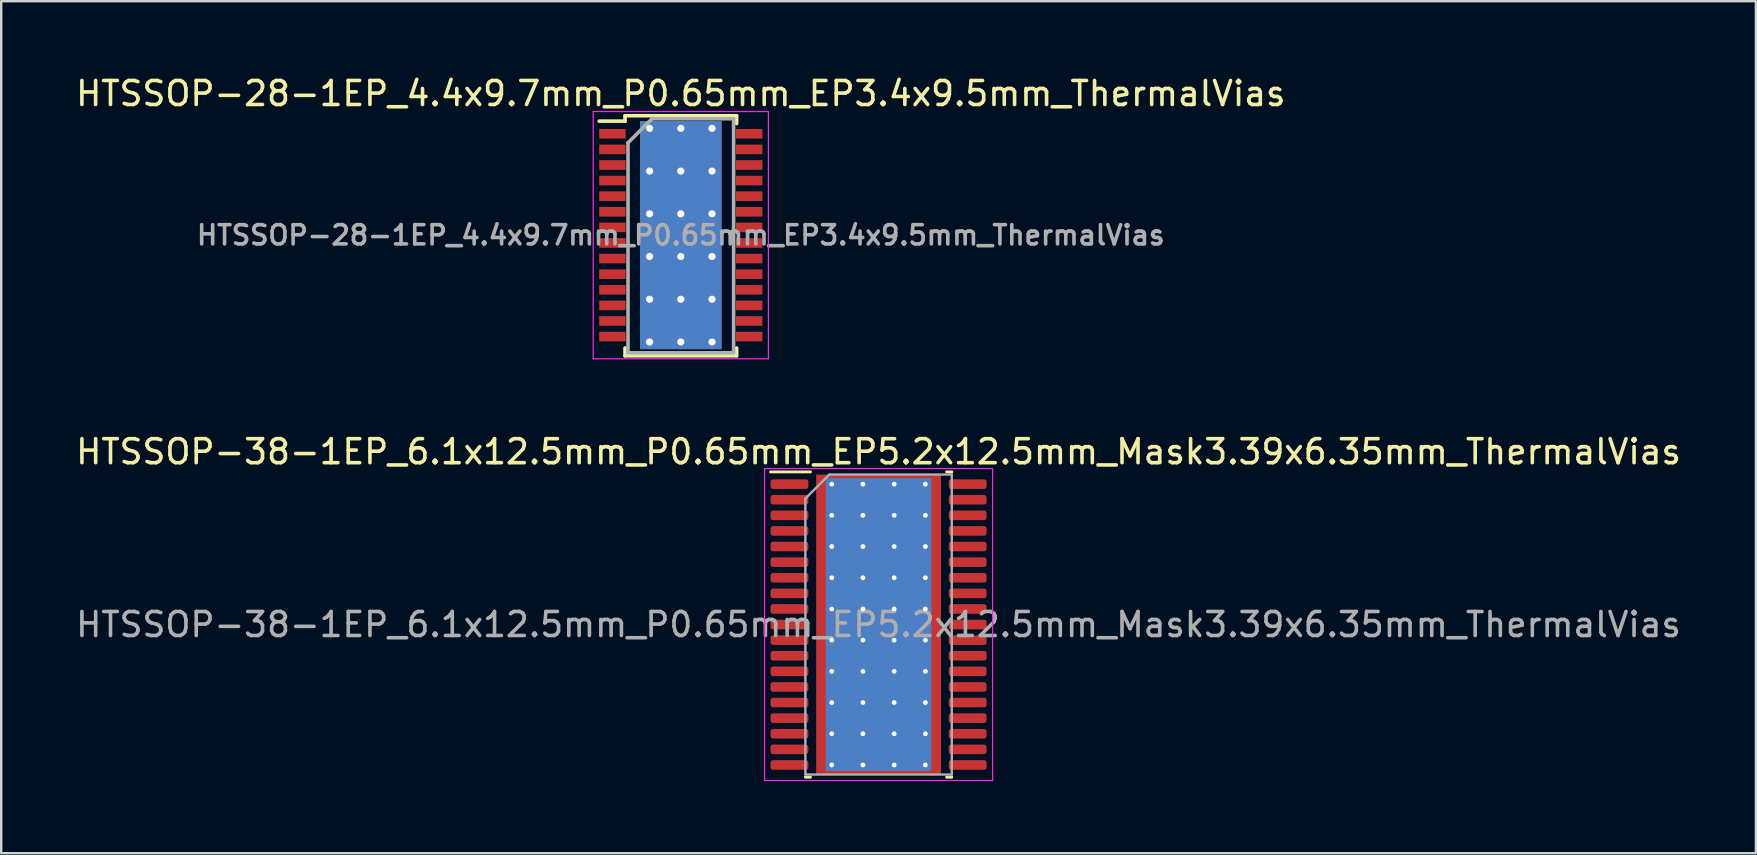
<source format=kicad_pcb>
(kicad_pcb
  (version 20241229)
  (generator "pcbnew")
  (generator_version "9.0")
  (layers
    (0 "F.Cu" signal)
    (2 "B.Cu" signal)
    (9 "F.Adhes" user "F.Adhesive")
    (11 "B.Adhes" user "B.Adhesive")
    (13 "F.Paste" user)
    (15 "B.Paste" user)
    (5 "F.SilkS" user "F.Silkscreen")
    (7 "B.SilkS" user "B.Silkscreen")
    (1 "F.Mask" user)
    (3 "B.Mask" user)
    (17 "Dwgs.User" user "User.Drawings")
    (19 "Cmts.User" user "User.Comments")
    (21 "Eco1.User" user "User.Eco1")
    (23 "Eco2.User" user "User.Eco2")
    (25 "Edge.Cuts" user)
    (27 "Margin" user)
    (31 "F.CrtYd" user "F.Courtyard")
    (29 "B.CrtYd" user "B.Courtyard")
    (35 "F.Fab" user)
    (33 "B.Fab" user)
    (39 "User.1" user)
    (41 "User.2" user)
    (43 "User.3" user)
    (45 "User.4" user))
  (footprint "HTSSOP-28-1EP_4.4x9.7mm_P0.65mm_EP3.4x9.5mm_ThermalVias"
    (layer "F.Cu")
    (at 25.315 6.748)
    (property "Reference" "HTSSOP-28-1EP_4.4x9.7mm_P0.65mm_EP3.4x9.5mm_ThermalVias" (at 0 -5.9 0) (layer "F.SilkS") (effects (font (size 1 1) (thickness 0.15))))
    (attr smd)
    (fp_line (start -2.325 -4.975) (end -2.325 -4.75) (stroke (width 0.15) (type solid)) (layer "F.SilkS"))
    (fp_line (start -2.325 -4.975) (end 2.325 -4.975) (stroke (width 0.15) (type solid)) (layer "F.SilkS"))
    (fp_line (start -2.325 -4.75) (end -3.4 -4.75) (stroke (width 0.15) (type solid)) (layer "F.SilkS"))
    (fp_line (start -2.325 5.026) (end -2.325 4.701) (stroke (width 0.15) (type solid)) (layer "F.SilkS"))
    (fp_line (start -2.325 5.026) (end 2.325 5.026) (stroke (width 0.15) (type solid)) (layer "F.SilkS"))
    (fp_line (start 2.325 -4.975) (end 2.325 -4.65) (stroke (width 0.15) (type solid)) (layer "F.SilkS"))
    (fp_line (start 2.325 5.026) (end 2.325 4.701) (stroke (width 0.15) (type solid)) (layer "F.SilkS"))
    (fp_line (start -3.65 -5.15) (end -3.65 5.15) (stroke (width 0.05) (type solid)) (layer "F.CrtYd"))
    (fp_line (start -3.65 -5.15) (end 3.65 -5.15) (stroke (width 0.05) (type solid)) (layer "F.CrtYd"))
    (fp_line (start -3.65 5.15) (end 3.65 5.15) (stroke (width 0.05) (type solid)) (layer "F.CrtYd"))
    (fp_line (start 3.65 -5.15) (end 3.65 5.15) (stroke (width 0.05) (type solid)) (layer "F.CrtYd"))
    (fp_line (start -2.2 -3.85) (end -1.2 -4.85) (stroke (width 0.15) (type solid)) (layer "F.Fab"))
    (fp_line (start -2.2 4.85) (end -2.2 -3.85) (stroke (width 0.15) (type solid)) (layer "F.Fab"))
    (fp_line (start -1.2 -4.85) (end 2.2 -4.85) (stroke (width 0.15) (type solid)) (layer "F.Fab"))
    (fp_line (start 2.2 -4.85) (end 2.2 4.85) (stroke (width 0.15) (type solid)) (layer "F.Fab"))
    (fp_line (start 2.2 4.901) (end -2.2 4.901) (stroke (width 0.15) (type solid)) (layer "F.Fab"))
    (fp_text user "${REFERENCE}" (at 0 0 0) (layer "F.Fab") (effects (font (size 0.8 0.8) (thickness 0.15))))
    (pad "" smd rect (at -0.85 -3.56) (size 1.4 1.4) (layers "F.Paste"))
    (pad "" smd rect (at -0.85 -1.78) (size 1.4 1.4) (layers "F.Paste"))
    (pad "" smd rect (at -0.85 0) (size 1.4 1.4) (layers "F.Paste"))
    (pad "" smd rect (at -0.85 1.78) (size 1.4 1.4) (layers "F.Paste"))
    (pad "" smd rect (at -0.85 3.56) (size 1.4 1.4) (layers "F.Paste"))
    (pad "" smd rect (at 0.85 -3.56) (size 1.4 1.4) (layers "F.Paste"))
    (pad "" smd rect (at 0.85 -1.78) (size 1.4 1.4) (layers "F.Paste"))
    (pad "" smd rect (at 0.85 0) (size 1.4 1.4) (layers "F.Paste"))
    (pad "" smd rect (at 0.85 1.78) (size 1.4 1.4) (layers "F.Paste"))
    (pad "" smd rect (at 0.85 3.56) (size 1.4 1.4) (layers "F.Paste"))
    (pad "1" smd rect (at -2.85 -4.225) (size 1.1 0.4) (layers "F.Cu" "F.Mask" "F.Paste"))
    (pad "2" smd rect (at -2.85 -3.575) (size 1.1 0.4) (layers "F.Cu" "F.Mask" "F.Paste"))
    (pad "3" smd rect (at -2.85 -2.925) (size 1.1 0.4) (layers "F.Cu" "F.Mask" "F.Paste"))
    (pad "4" smd rect (at -2.85 -2.275) (size 1.1 0.4) (layers "F.Cu" "F.Mask" "F.Paste"))
    (pad "5" smd rect (at -2.85 -1.625) (size 1.1 0.4) (layers "F.Cu" "F.Mask" "F.Paste"))
    (pad "6" smd rect (at -2.85 -0.975) (size 1.1 0.4) (layers "F.Cu" "F.Mask" "F.Paste"))
    (pad "7" smd rect (at -2.85 -0.325) (size 1.1 0.4) (layers "F.Cu" "F.Mask" "F.Paste"))
    (pad "8" smd rect (at -2.85 0.325) (size 1.1 0.4) (layers "F.Cu" "F.Mask" "F.Paste"))
    (pad "9" smd rect (at -2.85 0.975) (size 1.1 0.4) (layers "F.Cu" "F.Mask" "F.Paste"))
    (pad "10" smd rect (at -2.85 1.625) (size 1.1 0.4) (layers "F.Cu" "F.Mask" "F.Paste"))
    (pad "11" smd rect (at -2.85 2.275) (size 1.1 0.4) (layers "F.Cu" "F.Mask" "F.Paste"))
    (pad "12" smd rect (at -2.85 2.925) (size 1.1 0.4) (layers "F.Cu" "F.Mask" "F.Paste"))
    (pad "13" smd rect (at -2.85 3.575) (size 1.1 0.4) (layers "F.Cu" "F.Mask" "F.Paste"))
    (pad "14" smd rect (at -2.85 4.225) (size 1.1 0.4) (layers "F.Cu" "F.Mask" "F.Paste"))
    (pad "15" smd rect (at 2.85 4.225) (size 1.1 0.4) (layers "F.Cu" "F.Mask" "F.Paste"))
    (pad "16" smd rect (at 2.85 3.575) (size 1.1 0.4) (layers "F.Cu" "F.Mask" "F.Paste"))
    (pad "17" smd rect (at 2.85 2.925) (size 1.1 0.4) (layers "F.Cu" "F.Mask" "F.Paste"))
    (pad "18" smd rect (at 2.85 2.275) (size 1.1 0.4) (layers "F.Cu" "F.Mask" "F.Paste"))
    (pad "19" smd rect (at 2.85 1.625) (size 1.1 0.4) (layers "F.Cu" "F.Mask" "F.Paste"))
    (pad "20" smd rect (at 2.85 0.975) (size 1.1 0.4) (layers "F.Cu" "F.Mask" "F.Paste"))
    (pad "21" smd rect (at 2.85 0.325) (size 1.1 0.4) (layers "F.Cu" "F.Mask" "F.Paste"))
    (pad "22" smd rect (at 2.85 -0.325) (size 1.1 0.4) (layers "F.Cu" "F.Mask" "F.Paste"))
    (pad "23" smd rect (at 2.85 -0.975) (size 1.1 0.4) (layers "F.Cu" "F.Mask" "F.Paste"))
    (pad "24" smd rect (at 2.85 -1.625) (size 1.1 0.4) (layers "F.Cu" "F.Mask" "F.Paste"))
    (pad "25" smd rect (at 2.85 -2.275) (size 1.1 0.4) (layers "F.Cu" "F.Mask" "F.Paste"))
    (pad "26" smd rect (at 2.85 -2.925) (size 1.1 0.4) (layers "F.Cu" "F.Mask" "F.Paste"))
    (pad "27" smd rect (at 2.85 -3.575) (size 1.1 0.4) (layers "F.Cu" "F.Mask" "F.Paste"))
    (pad "28" smd rect (at 2.85 -4.225) (size 1.1 0.4) (layers "F.Cu" "F.Mask" "F.Paste"))
    (pad "29" thru_hole circle (at -1.3 -4.45) (size 0.6 0.6) (drill 0.3) (layers "*.Cu"))
    (pad "29" thru_hole circle (at -1.3 -2.67) (size 0.6 0.6) (drill 0.3) (layers "*.Cu"))
    (pad "29" thru_hole circle (at -1.3 -0.89) (size 0.6 0.6) (drill 0.3) (layers "*.Cu"))
    (pad "29" thru_hole circle (at -1.3 0.89) (size 0.6 0.6) (drill 0.3) (layers "*.Cu"))
    (pad "29" thru_hole circle (at -1.3 2.67) (size 0.6 0.6) (drill 0.3) (layers "*.Cu"))
    (pad "29" thru_hole circle (at -1.3 4.45) (size 0.6 0.6) (drill 0.3) (layers "*.Cu"))
    (pad "29" thru_hole circle (at 0 -4.45) (size 0.6 0.6) (drill 0.3) (layers "*.Cu"))
    (pad "29" thru_hole circle (at 0 -2.67) (size 0.6 0.6) (drill 0.3) (layers "*.Cu"))
    (pad "29" thru_hole circle (at 0 -0.89) (size 0.6 0.6) (drill 0.3) (layers "*.Cu"))
    (pad "29" smd rect (at 0 0) (size 3.4 9.5) (layers "F.Cu" "F.Mask"))
    (pad "29" smd rect (at 0 0) (size 3.4 9.5) (layers "B.Cu"))
    (pad "29" thru_hole circle (at 0 0.89) (size 0.6 0.6) (drill 0.3) (layers "*.Cu"))
    (pad "29" thru_hole circle (at 0 2.67) (size 0.6 0.6) (drill 0.3) (layers "*.Cu"))
    (pad "29" thru_hole circle (at 0 4.45) (size 0.6 0.6) (drill 0.3) (layers "*.Cu"))
    (pad "29" thru_hole circle (at 1.3 -4.45) (size 0.6 0.6) (drill 0.3) (layers "*.Cu"))
    (pad "29" thru_hole circle (at 1.3 -2.67) (size 0.6 0.6) (drill 0.3) (layers "*.Cu"))
    (pad "29" thru_hole circle (at 1.3 -0.89) (size 0.6 0.6) (drill 0.3) (layers "*.Cu"))
    (pad "29" thru_hole circle (at 1.3 0.89) (size 0.6 0.6) (drill 0.3) (layers "*.Cu"))
    (pad "29" thru_hole circle (at 1.3 2.67) (size 0.6 0.6) (drill 0.3) (layers "*.Cu"))
    (pad "29" thru_hole circle (at 1.3 4.45) (size 0.6 0.6) (drill 0.3) (layers "*.Cu")))
  (footprint "HTSSOP-38-1EP_6.1x12.5mm_P0.65mm_EP5.2x12.5mm_Mask3.39x6.35mm_ThermalVias"
    (layer "F.Cu")
    (at 33.554 22.971)
    (property "Reference" "HTSSOP-38-1EP_6.1x12.5mm_P0.65mm_EP5.2x12.5mm_Mask3.39x6.35mm_ThermalVias" (at 0 -7.2 0) (layer "F.SilkS") (effects (font (size 1 1) (thickness 0.15))))
    (attr smd)
    (fp_line (start -2.836 -6.36) (end -4.5 -6.36) (stroke (width 0.12) (type solid)) (layer "F.SilkS"))
    (fp_line (start -2.836 6.36) (end -3.05 6.36) (stroke (width 0.12) (type solid)) (layer "F.SilkS"))
    (fp_line (start 2.836 -6.36) (end 3.05 -6.36) (stroke (width 0.12) (type solid)) (layer "F.SilkS"))
    (fp_line (start 2.836 6.36) (end 3.05 6.36) (stroke (width 0.12) (type solid)) (layer "F.SilkS"))
    (fp_line (start -4.75 -6.5) (end -4.75 6.5) (stroke (width 0.05) (type solid)) (layer "F.CrtYd"))
    (fp_line (start -4.75 6.5) (end 4.75 6.5) (stroke (width 0.05) (type solid)) (layer "F.CrtYd"))
    (fp_line (start 4.75 -6.5) (end -4.75 -6.5) (stroke (width 0.05) (type solid)) (layer "F.CrtYd"))
    (fp_line (start 4.75 6.5) (end 4.75 -6.5) (stroke (width 0.05) (type solid)) (layer "F.CrtYd"))
    (fp_line (start -3.05 -5.25) (end -2.05 -6.25) (stroke (width 0.1) (type solid)) (layer "F.Fab"))
    (fp_line (start -3.05 6.25) (end -3.05 -5.25) (stroke (width 0.1) (type solid)) (layer "F.Fab"))
    (fp_line (start -2.05 -6.25) (end 3.05 -6.25) (stroke (width 0.1) (type solid)) (layer "F.Fab"))
    (fp_line (start 3.05 -6.25) (end 3.05 6.25) (stroke (width 0.1) (type solid)) (layer "F.Fab"))
    (fp_line (start 3.05 6.25) (end -3.05 6.25) (stroke (width 0.1) (type solid)) (layer "F.Fab"))
    (fp_text user "${REFERENCE}" (at 0 0 0) (layer "F.Fab") (effects (font (size 1 1) (thickness 0.15))))
    (pad "" smd roundrect (at -0.85 -2.12) (size 1.37 1.71) (layers "F.Paste") (roundrect_rratio 0.182))
    (pad "" smd roundrect (at -0.85 0) (size 1.37 1.71) (layers "F.Paste") (roundrect_rratio 0.182))
    (pad "" smd roundrect (at -0.85 2.12) (size 1.37 1.71) (layers "F.Paste") (roundrect_rratio 0.182))
    (pad "" smd rect (at 0 0) (size 3.39 6.35) (layers "F.Mask"))
    (pad "" smd roundrect (at 0.85 -2.12) (size 1.37 1.71) (layers "F.Paste") (roundrect_rratio 0.182))
    (pad "" smd roundrect (at 0.85 0) (size 1.37 1.71) (layers "F.Paste") (roundrect_rratio 0.182))
    (pad "" smd roundrect (at 0.85 2.12) (size 1.37 1.71) (layers "F.Paste") (roundrect_rratio 0.182))
    (pad "1" smd roundrect (at -3.712 -5.85) (size 1.575 0.4) (layers "F.Cu" "F.Mask" "F.Paste") (roundrect_rratio 0.25))
    (pad "2" smd roundrect (at -3.712 -5.2) (size 1.575 0.4) (layers "F.Cu" "F.Mask" "F.Paste") (roundrect_rratio 0.25))
    (pad "3" smd roundrect (at -3.712 -4.55) (size 1.575 0.4) (layers "F.Cu" "F.Mask" "F.Paste") (roundrect_rratio 0.25))
    (pad "4" smd roundrect (at -3.712 -3.9) (size 1.575 0.4) (layers "F.Cu" "F.Mask" "F.Paste") (roundrect_rratio 0.25))
    (pad "5" smd roundrect (at -3.712 -3.25) (size 1.575 0.4) (layers "F.Cu" "F.Mask" "F.Paste") (roundrect_rratio 0.25))
    (pad "6" smd roundrect (at -3.712 -2.6) (size 1.575 0.4) (layers "F.Cu" "F.Mask" "F.Paste") (roundrect_rratio 0.25))
    (pad "7" smd roundrect (at -3.712 -1.95) (size 1.575 0.4) (layers "F.Cu" "F.Mask" "F.Paste") (roundrect_rratio 0.25))
    (pad "8" smd roundrect (at -3.712 -1.3) (size 1.575 0.4) (layers "F.Cu" "F.Mask" "F.Paste") (roundrect_rratio 0.25))
    (pad "9" smd roundrect (at -3.712 -0.65) (size 1.575 0.4) (layers "F.Cu" "F.Mask" "F.Paste") (roundrect_rratio 0.25))
    (pad "10" smd roundrect (at -3.712 0) (size 1.575 0.4) (layers "F.Cu" "F.Mask" "F.Paste") (roundrect_rratio 0.25))
    (pad "11" smd roundrect (at -3.712 0.65) (size 1.575 0.4) (layers "F.Cu" "F.Mask" "F.Paste") (roundrect_rratio 0.25))
    (pad "12" smd roundrect (at -3.712 1.3) (size 1.575 0.4) (layers "F.Cu" "F.Mask" "F.Paste") (roundrect_rratio 0.25))
    (pad "13" smd roundrect (at -3.712 1.95) (size 1.575 0.4) (layers "F.Cu" "F.Mask" "F.Paste") (roundrect_rratio 0.25))
    (pad "14" smd roundrect (at -3.712 2.6) (size 1.575 0.4) (layers "F.Cu" "F.Mask" "F.Paste") (roundrect_rratio 0.25))
    (pad "15" smd roundrect (at -3.712 3.25) (size 1.575 0.4) (layers "F.Cu" "F.Mask" "F.Paste") (roundrect_rratio 0.25))
    (pad "16" smd roundrect (at -3.712 3.9) (size 1.575 0.4) (layers "F.Cu" "F.Mask" "F.Paste") (roundrect_rratio 0.25))
    (pad "17" smd roundrect (at -3.712 4.55) (size 1.575 0.4) (layers "F.Cu" "F.Mask" "F.Paste") (roundrect_rratio 0.25))
    (pad "18" smd roundrect (at -3.712 5.2) (size 1.575 0.4) (layers "F.Cu" "F.Mask" "F.Paste") (roundrect_rratio 0.25))
    (pad "19" smd roundrect (at -3.712 5.85) (size 1.575 0.4) (layers "F.Cu" "F.Mask" "F.Paste") (roundrect_rratio 0.25))
    (pad "20" smd roundrect (at 3.712 5.85) (size 1.575 0.4) (layers "F.Cu" "F.Mask" "F.Paste") (roundrect_rratio 0.25))
    (pad "21" smd roundrect (at 3.712 5.2) (size 1.575 0.4) (layers "F.Cu" "F.Mask" "F.Paste") (roundrect_rratio 0.25))
    (pad "22" smd roundrect (at 3.712 4.55) (size 1.575 0.4) (layers "F.Cu" "F.Mask" "F.Paste") (roundrect_rratio 0.25))
    (pad "23" smd roundrect (at 3.712 3.9) (size 1.575 0.4) (layers "F.Cu" "F.Mask" "F.Paste") (roundrect_rratio 0.25))
    (pad "24" smd roundrect (at 3.712 3.25) (size 1.575 0.4) (layers "F.Cu" "F.Mask" "F.Paste") (roundrect_rratio 0.25))
    (pad "25" smd roundrect (at 3.712 2.6) (size 1.575 0.4) (layers "F.Cu" "F.Mask" "F.Paste") (roundrect_rratio 0.25))
    (pad "26" smd roundrect (at 3.712 1.95) (size 1.575 0.4) (layers "F.Cu" "F.Mask" "F.Paste") (roundrect_rratio 0.25))
    (pad "27" smd roundrect (at 3.712 1.3) (size 1.575 0.4) (layers "F.Cu" "F.Mask" "F.Paste") (roundrect_rratio 0.25))
    (pad "28" smd roundrect (at 3.712 0.65) (size 1.575 0.4) (layers "F.Cu" "F.Mask" "F.Paste") (roundrect_rratio 0.25))
    (pad "29" smd roundrect (at 3.712 0) (size 1.575 0.4) (layers "F.Cu" "F.Mask" "F.Paste") (roundrect_rratio 0.25))
    (pad "30" smd roundrect (at 3.712 -0.65) (size 1.575 0.4) (layers "F.Cu" "F.Mask" "F.Paste") (roundrect_rratio 0.25))
    (pad "31" smd roundrect (at 3.712 -1.3) (size 1.575 0.4) (layers "F.Cu" "F.Mask" "F.Paste") (roundrect_rratio 0.25))
    (pad "32" smd roundrect (at 3.712 -1.95) (size 1.575 0.4) (layers "F.Cu" "F.Mask" "F.Paste") (roundrect_rratio 0.25))
    (pad "33" smd roundrect (at 3.712 -2.6) (size 1.575 0.4) (layers "F.Cu" "F.Mask" "F.Paste") (roundrect_rratio 0.25))
    (pad "34" smd roundrect (at 3.712 -3.25) (size 1.575 0.4) (layers "F.Cu" "F.Mask" "F.Paste") (roundrect_rratio 0.25))
    (pad "35" smd roundrect (at 3.712 -3.9) (size 1.575 0.4) (layers "F.Cu" "F.Mask" "F.Paste") (roundrect_rratio 0.25))
    (pad "36" smd roundrect (at 3.712 -4.55) (size 1.575 0.4) (layers "F.Cu" "F.Mask" "F.Paste") (roundrect_rratio 0.25))
    (pad "37" smd roundrect (at 3.712 -5.2) (size 1.575 0.4) (layers "F.Cu" "F.Mask" "F.Paste") (roundrect_rratio 0.25))
    (pad "38" smd roundrect (at 3.712 -5.85) (size 1.575 0.4) (layers "F.Cu" "F.Mask" "F.Paste") (roundrect_rratio 0.25))
    (pad "39" thru_hole circle (at -1.95 -5.85) (size 0.5 0.5) (drill 0.2) (layers "*.Cu"))
    (pad "39" thru_hole circle (at -1.95 -4.55) (size 0.5 0.5) (drill 0.2) (layers "*.Cu"))
    (pad "39" thru_hole circle (at -1.95 -3.25) (size 0.5 0.5) (drill 0.2) (layers "*.Cu"))
    (pad "39" thru_hole circle (at -1.95 -1.95) (size 0.5 0.5) (drill 0.2) (layers "*.Cu"))
    (pad "39" thru_hole circle (at -1.95 -0.65) (size 0.5 0.5) (drill 0.2) (layers "*.Cu"))
    (pad "39" thru_hole circle (at -1.95 0.65) (size 0.5 0.5) (drill 0.2) (layers "*.Cu"))
    (pad "39" thru_hole circle (at -1.95 1.95) (size 0.5 0.5) (drill 0.2) (layers "*.Cu"))
    (pad "39" thru_hole circle (at -1.95 3.25) (size 0.5 0.5) (drill 0.2) (layers "*.Cu"))
    (pad "39" thru_hole circle (at -1.95 4.55) (size 0.5 0.5) (drill 0.2) (layers "*.Cu"))
    (pad "39" thru_hole circle (at -1.95 5.85) (size 0.5 0.5) (drill 0.2) (layers "*.Cu"))
    (pad "39" thru_hole circle (at -0.65 -5.85) (size 0.5 0.5) (drill 0.2) (layers "*.Cu"))
    (pad "39" thru_hole circle (at -0.65 -4.55) (size 0.5 0.5) (drill 0.2) (layers "*.Cu"))
    (pad "39" thru_hole circle (at -0.65 -3.25) (size 0.5 0.5) (drill 0.2) (layers "*.Cu"))
    (pad "39" thru_hole circle (at -0.65 -1.95) (size 0.5 0.5) (drill 0.2) (layers "*.Cu"))
    (pad "39" thru_hole circle (at -0.65 -0.65) (size 0.5 0.5) (drill 0.2) (layers "*.Cu"))
    (pad "39" thru_hole circle (at -0.65 0.65) (size 0.5 0.5) (drill 0.2) (layers "*.Cu"))
    (pad "39" thru_hole circle (at -0.65 1.95) (size 0.5 0.5) (drill 0.2) (layers "*.Cu"))
    (pad "39" thru_hole circle (at -0.65 3.25) (size 0.5 0.5) (drill 0.2) (layers "*.Cu"))
    (pad "39" thru_hole circle (at -0.65 4.55) (size 0.5 0.5) (drill 0.2) (layers "*.Cu"))
    (pad "39" thru_hole circle (at -0.65 5.85) (size 0.5 0.5) (drill 0.2) (layers "*.Cu"))
    (pad "39" smd rect (at 0 0) (size 4.4 12.2) (layers "B.Cu"))
    (pad "39" smd rect (at 0 0) (size 5.2 12.5) (layers "F.Cu"))
    (pad "39" thru_hole circle (at 0.65 -5.85) (size 0.5 0.5) (drill 0.2) (layers "*.Cu"))
    (pad "39" thru_hole circle (at 0.65 -4.55) (size 0.5 0.5) (drill 0.2) (layers "*.Cu"))
    (pad "39" thru_hole circle (at 0.65 -3.25) (size 0.5 0.5) (drill 0.2) (layers "*.Cu"))
    (pad "39" thru_hole circle (at 0.65 -1.95) (size 0.5 0.5) (drill 0.2) (layers "*.Cu"))
    (pad "39" thru_hole circle (at 0.65 -0.65) (size 0.5 0.5) (drill 0.2) (layers "*.Cu"))
    (pad "39" thru_hole circle (at 0.65 0.65) (size 0.5 0.5) (drill 0.2) (layers "*.Cu"))
    (pad "39" thru_hole circle (at 0.65 1.95) (size 0.5 0.5) (drill 0.2) (layers "*.Cu"))
    (pad "39" thru_hole circle (at 0.65 3.25) (size 0.5 0.5) (drill 0.2) (layers "*.Cu"))
    (pad "39" thru_hole circle (at 0.65 4.55) (size 0.5 0.5) (drill 0.2) (layers "*.Cu"))
    (pad "39" thru_hole circle (at 0.65 5.85) (size 0.5 0.5) (drill 0.2) (layers "*.Cu"))
    (pad "39" thru_hole circle (at 1.95 -5.85) (size 0.5 0.5) (drill 0.2) (layers "*.Cu"))
    (pad "39" thru_hole circle (at 1.95 -4.55) (size 0.5 0.5) (drill 0.2) (layers "*.Cu"))
    (pad "39" thru_hole circle (at 1.95 -3.25) (size 0.5 0.5) (drill 0.2) (layers "*.Cu"))
    (pad "39" thru_hole circle (at 1.95 -1.95) (size 0.5 0.5) (drill 0.2) (layers "*.Cu"))
    (pad "39" thru_hole circle (at 1.95 -0.65) (size 0.5 0.5) (drill 0.2) (layers "*.Cu"))
    (pad "39" thru_hole circle (at 1.95 0.65) (size 0.5 0.5) (drill 0.2) (layers "*.Cu"))
    (pad "39" thru_hole circle (at 1.95 1.95) (size 0.5 0.5) (drill 0.2) (layers "*.Cu"))
    (pad "39" thru_hole circle (at 1.95 3.25) (size 0.5 0.5) (drill 0.2) (layers "*.Cu"))
    (pad "39" thru_hole circle (at 1.95 4.55) (size 0.5 0.5) (drill 0.2) (layers "*.Cu"))
    (pad "39" thru_hole circle (at 1.95 5.85) (size 0.5 0.5) (drill 0.2) (layers "*.Cu")))
  (gr_rect
    (start -3 -3)
    (end 70.107 32.496)
    (stroke (width 0.1) (type default))
    (fill no)
    (layer "Edge.Cuts")))
</source>
